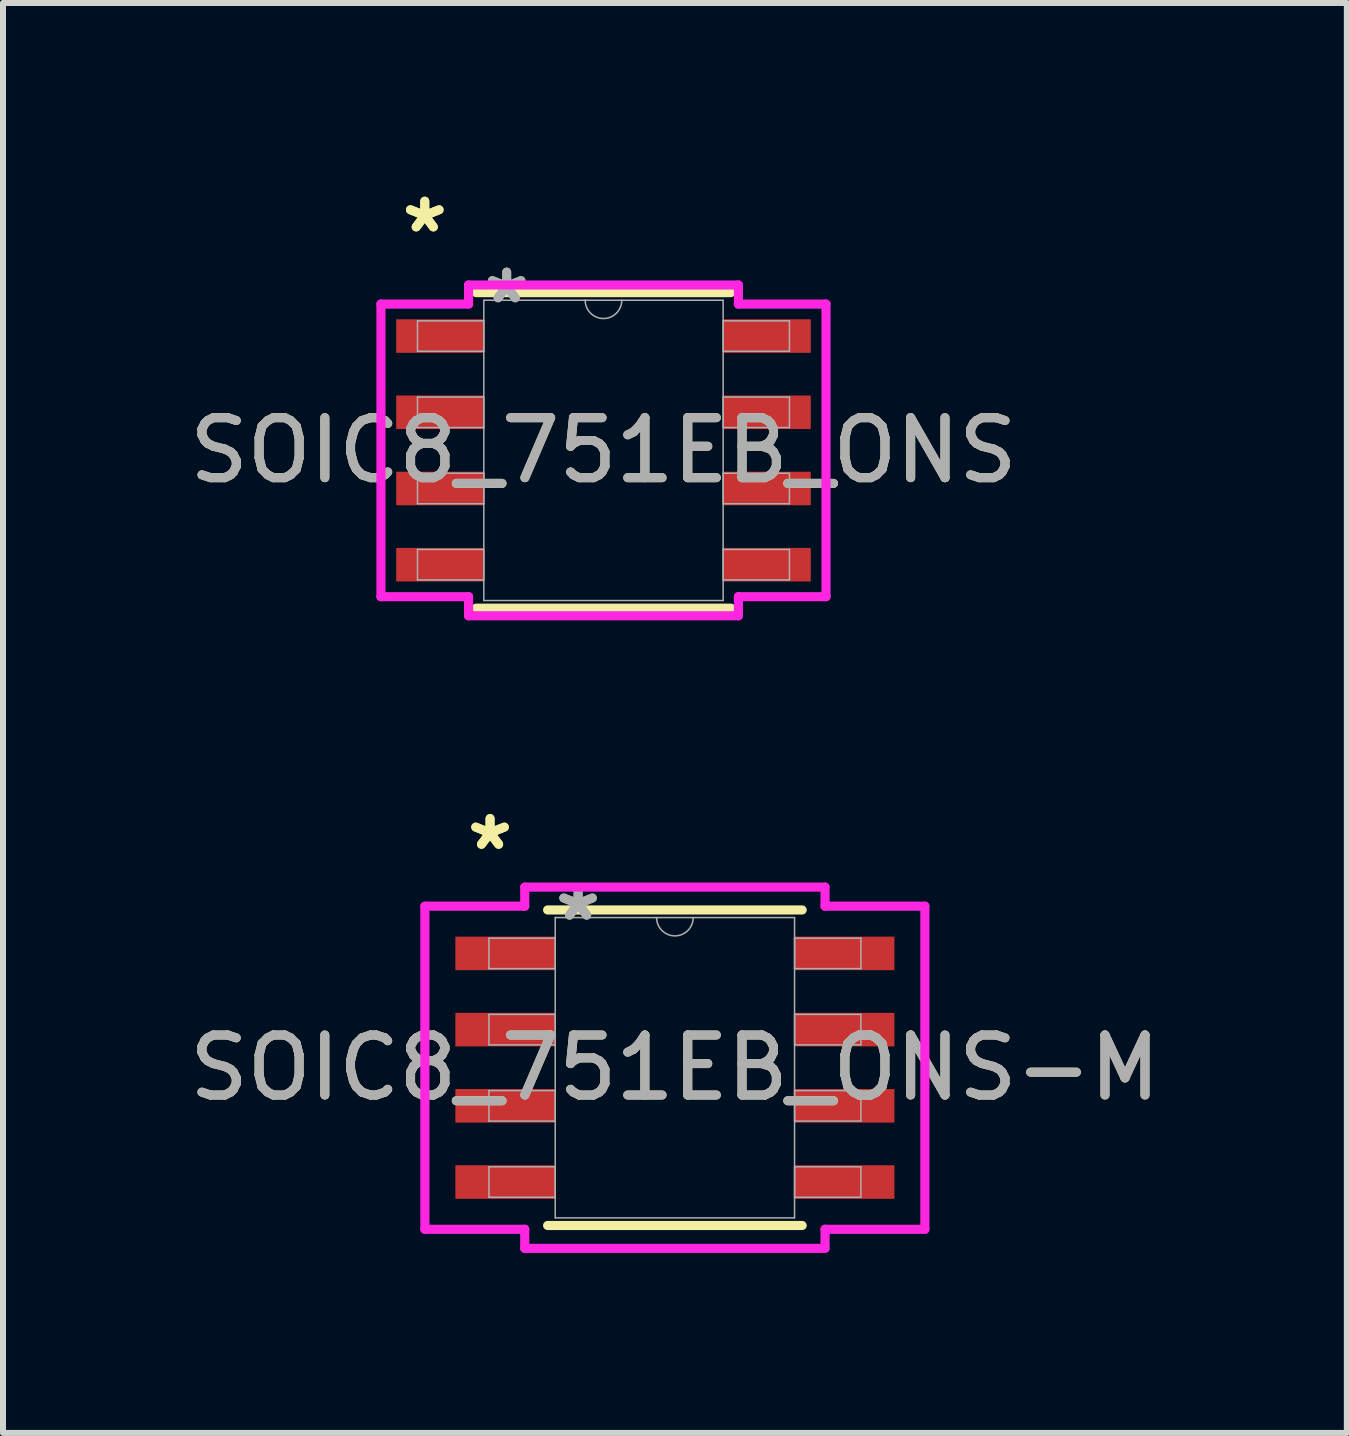
<source format=kicad_pcb>
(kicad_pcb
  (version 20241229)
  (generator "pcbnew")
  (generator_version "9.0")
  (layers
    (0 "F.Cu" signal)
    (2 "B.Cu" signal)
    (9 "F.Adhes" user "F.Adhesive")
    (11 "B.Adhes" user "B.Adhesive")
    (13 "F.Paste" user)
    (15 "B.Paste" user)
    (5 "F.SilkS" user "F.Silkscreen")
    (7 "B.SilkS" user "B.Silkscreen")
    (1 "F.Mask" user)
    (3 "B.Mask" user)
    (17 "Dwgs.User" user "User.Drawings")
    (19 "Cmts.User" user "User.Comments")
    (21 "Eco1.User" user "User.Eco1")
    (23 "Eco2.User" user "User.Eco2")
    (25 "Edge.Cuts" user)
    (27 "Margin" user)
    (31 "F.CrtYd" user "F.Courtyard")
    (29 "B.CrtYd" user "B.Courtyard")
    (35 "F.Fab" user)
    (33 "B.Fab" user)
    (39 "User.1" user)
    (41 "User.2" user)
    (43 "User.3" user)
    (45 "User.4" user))
  (footprint "SOIC8_751EB_ONS-M"
    (layer "F.Cu")
    (at 8.196 14.742)
    (property "Reference" "SOIC8_751EB_ONS-M" (at 0 0 0) (unlocked yes) (layer "F.SilkS") (effects (font (size 1 1) (thickness 0.15))))
    (attr smd)
    (fp_line (start -2.121 2.629) (end 2.121 2.629) (stroke (width 0.152) (type solid)) (layer "F.SilkS"))
    (fp_line (start 2.121 -2.629) (end -2.121 -2.629) (stroke (width 0.152) (type solid)) (layer "F.SilkS"))
    (fp_line (start -4.166 -2.692) (end -2.502 -2.692) (stroke (width 0.152) (type solid)) (layer "F.CrtYd"))
    (fp_line (start -4.166 2.692) (end -4.166 -2.692) (stroke (width 0.152) (type solid)) (layer "F.CrtYd"))
    (fp_line (start -4.166 2.692) (end -2.502 2.692) (stroke (width 0.152) (type solid)) (layer "F.CrtYd"))
    (fp_line (start -2.502 -3.01) (end 2.502 -3.01) (stroke (width 0.152) (type solid)) (layer "F.CrtYd"))
    (fp_line (start -2.502 -2.692) (end -2.502 -3.01) (stroke (width 0.152) (type solid)) (layer "F.CrtYd"))
    (fp_line (start -2.502 3.01) (end -2.502 2.692) (stroke (width 0.152) (type solid)) (layer "F.CrtYd"))
    (fp_line (start 2.502 -3.01) (end 2.502 -2.692) (stroke (width 0.152) (type solid)) (layer "F.CrtYd"))
    (fp_line (start 2.502 2.692) (end 2.502 3.01) (stroke (width 0.152) (type solid)) (layer "F.CrtYd"))
    (fp_line (start 2.502 3.01) (end -2.502 3.01) (stroke (width 0.152) (type solid)) (layer "F.CrtYd"))
    (fp_line (start 4.166 -2.692) (end 2.502 -2.692) (stroke (width 0.152) (type solid)) (layer "F.CrtYd"))
    (fp_line (start 4.166 -2.692) (end 4.166 2.692) (stroke (width 0.152) (type solid)) (layer "F.CrtYd"))
    (fp_line (start 4.166 2.692) (end 2.502 2.692) (stroke (width 0.152) (type solid)) (layer "F.CrtYd"))
    (fp_line (start -3.099 -2.159) (end -3.099 -1.651) (stroke (width 0.025) (type solid)) (layer "F.Fab"))
    (fp_line (start -3.099 -1.651) (end -1.994 -1.651) (stroke (width 0.025) (type solid)) (layer "F.Fab"))
    (fp_line (start -3.099 -0.889) (end -3.099 -0.381) (stroke (width 0.025) (type solid)) (layer "F.Fab"))
    (fp_line (start -3.099 -0.381) (end -1.994 -0.381) (stroke (width 0.025) (type solid)) (layer "F.Fab"))
    (fp_line (start -3.099 0.381) (end -3.099 0.889) (stroke (width 0.025) (type solid)) (layer "F.Fab"))
    (fp_line (start -3.099 0.889) (end -1.994 0.889) (stroke (width 0.025) (type solid)) (layer "F.Fab"))
    (fp_line (start -3.099 1.651) (end -3.099 2.159) (stroke (width 0.025) (type solid)) (layer "F.Fab"))
    (fp_line (start -3.099 2.159) (end -1.994 2.159) (stroke (width 0.025) (type solid)) (layer "F.Fab"))
    (fp_line (start -1.994 -2.502) (end -1.994 2.502) (stroke (width 0.025) (type solid)) (layer "F.Fab"))
    (fp_line (start -1.994 -2.159) (end -3.099 -2.159) (stroke (width 0.025) (type solid)) (layer "F.Fab"))
    (fp_line (start -1.994 -1.651) (end -1.994 -2.159) (stroke (width 0.025) (type solid)) (layer "F.Fab"))
    (fp_line (start -1.994 -0.889) (end -3.099 -0.889) (stroke (width 0.025) (type solid)) (layer "F.Fab"))
    (fp_line (start -1.994 -0.381) (end -1.994 -0.889) (stroke (width 0.025) (type solid)) (layer "F.Fab"))
    (fp_line (start -1.994 0.381) (end -3.099 0.381) (stroke (width 0.025) (type solid)) (layer "F.Fab"))
    (fp_line (start -1.994 0.889) (end -1.994 0.381) (stroke (width 0.025) (type solid)) (layer "F.Fab"))
    (fp_line (start -1.994 1.651) (end -3.099 1.651) (stroke (width 0.025) (type solid)) (layer "F.Fab"))
    (fp_line (start -1.994 2.159) (end -1.994 1.651) (stroke (width 0.025) (type solid)) (layer "F.Fab"))
    (fp_line (start -1.994 2.502) (end 1.994 2.502) (stroke (width 0.025) (type solid)) (layer "F.Fab"))
    (fp_line (start 1.994 -2.502) (end -1.994 -2.502) (stroke (width 0.025) (type solid)) (layer "F.Fab"))
    (fp_line (start 1.994 -2.159) (end 1.994 -1.651) (stroke (width 0.025) (type solid)) (layer "F.Fab"))
    (fp_line (start 1.994 -1.651) (end 3.099 -1.651) (stroke (width 0.025) (type solid)) (layer "F.Fab"))
    (fp_line (start 1.994 -0.889) (end 1.994 -0.381) (stroke (width 0.025) (type solid)) (layer "F.Fab"))
    (fp_line (start 1.994 -0.381) (end 3.099 -0.381) (stroke (width 0.025) (type solid)) (layer "F.Fab"))
    (fp_line (start 1.994 0.381) (end 1.994 0.889) (stroke (width 0.025) (type solid)) (layer "F.Fab"))
    (fp_line (start 1.994 0.889) (end 3.099 0.889) (stroke (width 0.025) (type solid)) (layer "F.Fab"))
    (fp_line (start 1.994 1.651) (end 1.994 2.159) (stroke (width 0.025) (type solid)) (layer "F.Fab"))
    (fp_line (start 1.994 2.159) (end 3.099 2.159) (stroke (width 0.025) (type solid)) (layer "F.Fab"))
    (fp_line (start 1.994 2.502) (end 1.994 -2.502) (stroke (width 0.025) (type solid)) (layer "F.Fab"))
    (fp_line (start 3.099 -2.159) (end 1.994 -2.159) (stroke (width 0.025) (type solid)) (layer "F.Fab"))
    (fp_line (start 3.099 -1.651) (end 3.099 -2.159) (stroke (width 0.025) (type solid)) (layer "F.Fab"))
    (fp_line (start 3.099 -0.889) (end 1.994 -0.889) (stroke (width 0.025) (type solid)) (layer "F.Fab"))
    (fp_line (start 3.099 -0.381) (end 3.099 -0.889) (stroke (width 0.025) (type solid)) (layer "F.Fab"))
    (fp_line (start 3.099 0.381) (end 1.994 0.381) (stroke (width 0.025) (type solid)) (layer "F.Fab"))
    (fp_line (start 3.099 0.889) (end 3.099 0.381) (stroke (width 0.025) (type solid)) (layer "F.Fab"))
    (fp_line (start 3.099 1.651) (end 1.994 1.651) (stroke (width 0.025) (type solid)) (layer "F.Fab"))
    (fp_line (start 3.099 2.159) (end 3.099 1.651) (stroke (width 0.025) (type solid)) (layer "F.Fab"))
    (fp_arc (start 0.3048 -2.5019) (mid 0 -2.1971) (end -0.3048 -2.5019) (stroke (width 0.0254) (type solid)) (layer "F.Fab"))
    (fp_text user "*" (at -3.08 -3.607 0) (layer "F.SilkS") (effects (font (size 1 1) (thickness 0.15))))
    (fp_text user "*" (at -3.08 -3.607 0) (unlocked yes) (layer "F.SilkS") (effects (font (size 1 1) (thickness 0.15))))
    (fp_text user "*" (at -1.613 -2.426 0) (layer "F.Fab") (effects (font (size 1 1) (thickness 0.15))))
    (fp_text user "*" (at -1.613 -2.426 0) (unlocked yes) (layer "F.Fab") (effects (font (size 1 1) (thickness 0.15))))
    (fp_text user "${REFERENCE}" (at 0 0 0) (unlocked yes) (layer "F.Fab") (effects (font (size 1 1) (thickness 0.15))))
    (pad "1" smd rect (at -2.826 -1.905) (size 1.664 0.559) (layers "F.Cu" "F.Mask" "F.Paste"))
    (pad "2" smd rect (at -2.826 -0.635) (size 1.664 0.559) (layers "F.Cu" "F.Mask" "F.Paste"))
    (pad "3" smd rect (at -2.826 0.635) (size 1.664 0.559) (layers "F.Cu" "F.Mask" "F.Paste"))
    (pad "4" smd rect (at -2.826 1.905) (size 1.664 0.559) (layers "F.Cu" "F.Mask" "F.Paste"))
    (pad "5" smd rect (at 2.826 1.905) (size 1.664 0.559) (layers "F.Cu" "F.Mask" "F.Paste"))
    (pad "6" smd rect (at 2.826 0.635) (size 1.664 0.559) (layers "F.Cu" "F.Mask" "F.Paste"))
    (pad "7" smd rect (at 2.826 -0.635) (size 1.664 0.559) (layers "F.Cu" "F.Mask" "F.Paste"))
    (pad "8" smd rect (at 2.826 -1.905) (size 1.664 0.559) (layers "F.Cu" "F.Mask" "F.Paste")))
  (footprint "SOIC8_751EB_ONS"
    (layer "F.Cu")
    (at 7.006 4.455)
    (property "Reference" "SOIC8_751EB_ONS" (at 0 0 0) (unlocked yes) (layer "F.SilkS") (effects (font (size 1 1) (thickness 0.15))))
    (attr smd)
    (fp_line (start -2.121 2.629) (end 2.121 2.629) (stroke (width 0.152) (type solid)) (layer "F.SilkS"))
    (fp_line (start 2.121 -2.629) (end -2.121 -2.629) (stroke (width 0.152) (type solid)) (layer "F.SilkS"))
    (fp_line (start -3.708 -2.438) (end -2.248 -2.438) (stroke (width 0.152) (type solid)) (layer "F.CrtYd"))
    (fp_line (start -3.708 2.438) (end -3.708 -2.438) (stroke (width 0.152) (type solid)) (layer "F.CrtYd"))
    (fp_line (start -3.708 2.438) (end -2.248 2.438) (stroke (width 0.152) (type solid)) (layer "F.CrtYd"))
    (fp_line (start -2.248 -2.756) (end 2.248 -2.756) (stroke (width 0.152) (type solid)) (layer "F.CrtYd"))
    (fp_line (start -2.248 -2.438) (end -2.248 -2.756) (stroke (width 0.152) (type solid)) (layer "F.CrtYd"))
    (fp_line (start -2.248 2.756) (end -2.248 2.438) (stroke (width 0.152) (type solid)) (layer "F.CrtYd"))
    (fp_line (start 2.248 -2.756) (end 2.248 -2.438) (stroke (width 0.152) (type solid)) (layer "F.CrtYd"))
    (fp_line (start 2.248 2.438) (end 2.248 2.756) (stroke (width 0.152) (type solid)) (layer "F.CrtYd"))
    (fp_line (start 2.248 2.756) (end -2.248 2.756) (stroke (width 0.152) (type solid)) (layer "F.CrtYd"))
    (fp_line (start 3.708 -2.438) (end 2.248 -2.438) (stroke (width 0.152) (type solid)) (layer "F.CrtYd"))
    (fp_line (start 3.708 -2.438) (end 3.708 2.438) (stroke (width 0.152) (type solid)) (layer "F.CrtYd"))
    (fp_line (start 3.708 2.438) (end 2.248 2.438) (stroke (width 0.152) (type solid)) (layer "F.CrtYd"))
    (fp_line (start -3.099 -2.159) (end -3.099 -1.651) (stroke (width 0.025) (type solid)) (layer "F.Fab"))
    (fp_line (start -3.099 -1.651) (end -1.994 -1.651) (stroke (width 0.025) (type solid)) (layer "F.Fab"))
    (fp_line (start -3.099 -0.889) (end -3.099 -0.381) (stroke (width 0.025) (type solid)) (layer "F.Fab"))
    (fp_line (start -3.099 -0.381) (end -1.994 -0.381) (stroke (width 0.025) (type solid)) (layer "F.Fab"))
    (fp_line (start -3.099 0.381) (end -3.099 0.889) (stroke (width 0.025) (type solid)) (layer "F.Fab"))
    (fp_line (start -3.099 0.889) (end -1.994 0.889) (stroke (width 0.025) (type solid)) (layer "F.Fab"))
    (fp_line (start -3.099 1.651) (end -3.099 2.159) (stroke (width 0.025) (type solid)) (layer "F.Fab"))
    (fp_line (start -3.099 2.159) (end -1.994 2.159) (stroke (width 0.025) (type solid)) (layer "F.Fab"))
    (fp_line (start -1.994 -2.502) (end -1.994 2.502) (stroke (width 0.025) (type solid)) (layer "F.Fab"))
    (fp_line (start -1.994 -2.159) (end -3.099 -2.159) (stroke (width 0.025) (type solid)) (layer "F.Fab"))
    (fp_line (start -1.994 -1.651) (end -1.994 -2.159) (stroke (width 0.025) (type solid)) (layer "F.Fab"))
    (fp_line (start -1.994 -0.889) (end -3.099 -0.889) (stroke (width 0.025) (type solid)) (layer "F.Fab"))
    (fp_line (start -1.994 -0.381) (end -1.994 -0.889) (stroke (width 0.025) (type solid)) (layer "F.Fab"))
    (fp_line (start -1.994 0.381) (end -3.099 0.381) (stroke (width 0.025) (type solid)) (layer "F.Fab"))
    (fp_line (start -1.994 0.889) (end -1.994 0.381) (stroke (width 0.025) (type solid)) (layer "F.Fab"))
    (fp_line (start -1.994 1.651) (end -3.099 1.651) (stroke (width 0.025) (type solid)) (layer "F.Fab"))
    (fp_line (start -1.994 2.159) (end -1.994 1.651) (stroke (width 0.025) (type solid)) (layer "F.Fab"))
    (fp_line (start -1.994 2.502) (end 1.994 2.502) (stroke (width 0.025) (type solid)) (layer "F.Fab"))
    (fp_line (start 1.994 -2.502) (end -1.994 -2.502) (stroke (width 0.025) (type solid)) (layer "F.Fab"))
    (fp_line (start 1.994 -2.159) (end 1.994 -1.651) (stroke (width 0.025) (type solid)) (layer "F.Fab"))
    (fp_line (start 1.994 -1.651) (end 3.099 -1.651) (stroke (width 0.025) (type solid)) (layer "F.Fab"))
    (fp_line (start 1.994 -0.889) (end 1.994 -0.381) (stroke (width 0.025) (type solid)) (layer "F.Fab"))
    (fp_line (start 1.994 -0.381) (end 3.099 -0.381) (stroke (width 0.025) (type solid)) (layer "F.Fab"))
    (fp_line (start 1.994 0.381) (end 1.994 0.889) (stroke (width 0.025) (type solid)) (layer "F.Fab"))
    (fp_line (start 1.994 0.889) (end 3.099 0.889) (stroke (width 0.025) (type solid)) (layer "F.Fab"))
    (fp_line (start 1.994 1.651) (end 1.994 2.159) (stroke (width 0.025) (type solid)) (layer "F.Fab"))
    (fp_line (start 1.994 2.159) (end 3.099 2.159) (stroke (width 0.025) (type solid)) (layer "F.Fab"))
    (fp_line (start 1.994 2.502) (end 1.994 -2.502) (stroke (width 0.025) (type solid)) (layer "F.Fab"))
    (fp_line (start 3.099 -2.159) (end 1.994 -2.159) (stroke (width 0.025) (type solid)) (layer "F.Fab"))
    (fp_line (start 3.099 -1.651) (end 3.099 -2.159) (stroke (width 0.025) (type solid)) (layer "F.Fab"))
    (fp_line (start 3.099 -0.889) (end 1.994 -0.889) (stroke (width 0.025) (type solid)) (layer "F.Fab"))
    (fp_line (start 3.099 -0.381) (end 3.099 -0.889) (stroke (width 0.025) (type solid)) (layer "F.Fab"))
    (fp_line (start 3.099 0.381) (end 1.994 0.381) (stroke (width 0.025) (type solid)) (layer "F.Fab"))
    (fp_line (start 3.099 0.889) (end 3.099 0.381) (stroke (width 0.025) (type solid)) (layer "F.Fab"))
    (fp_line (start 3.099 1.651) (end 1.994 1.651) (stroke (width 0.025) (type solid)) (layer "F.Fab"))
    (fp_line (start 3.099 2.159) (end 3.099 1.651) (stroke (width 0.025) (type solid)) (layer "F.Fab"))
    (fp_arc (start 0.3048 -2.5019) (mid 0 -2.1971) (end -0.3048 -2.5019) (stroke (width 0.0254) (type solid)) (layer "F.Fab"))
    (fp_text user "*" (at -2.978 -3.607 0) (layer "F.SilkS") (effects (font (size 1 1) (thickness 0.15))))
    (fp_text user "*" (at -2.978 -3.607 0) (unlocked yes) (layer "F.SilkS") (effects (font (size 1 1) (thickness 0.15))))
    (fp_text user "${REFERENCE}" (at 0 0 0) (unlocked yes) (layer "F.Fab") (effects (font (size 1 1) (thickness 0.15))))
    (fp_text user "*" (at -1.613 -2.426 0) (layer "F.Fab") (effects (font (size 1 1) (thickness 0.15))))
    (fp_text user "*" (at -1.613 -2.426 0) (unlocked yes) (layer "F.Fab") (effects (font (size 1 1) (thickness 0.15))))
    (pad "1" smd rect (at -2.724 -1.905) (size 1.46 0.559) (layers "F.Cu" "F.Mask" "F.Paste"))
    (pad "2" smd rect (at -2.724 -0.635) (size 1.46 0.559) (layers "F.Cu" "F.Mask" "F.Paste"))
    (pad "3" smd rect (at -2.724 0.635) (size 1.46 0.559) (layers "F.Cu" "F.Mask" "F.Paste"))
    (pad "4" smd rect (at -2.724 1.905) (size 1.46 0.559) (layers "F.Cu" "F.Mask" "F.Paste"))
    (pad "5" smd rect (at 2.724 1.905) (size 1.46 0.559) (layers "F.Cu" "F.Mask" "F.Paste"))
    (pad "6" smd rect (at 2.724 0.635) (size 1.46 0.559) (layers "F.Cu" "F.Mask" "F.Paste"))
    (pad "7" smd rect (at 2.724 -0.635) (size 1.46 0.559) (layers "F.Cu" "F.Mask" "F.Paste"))
    (pad "8" smd rect (at 2.724 -1.905) (size 1.46 0.559) (layers "F.Cu" "F.Mask" "F.Paste")))
  (gr_rect
    (start -3 -3)
    (end 19.393 20.828)
    (stroke (width 0.1) (type default))
    (fill no)
    (layer "Edge.Cuts")))
</source>
